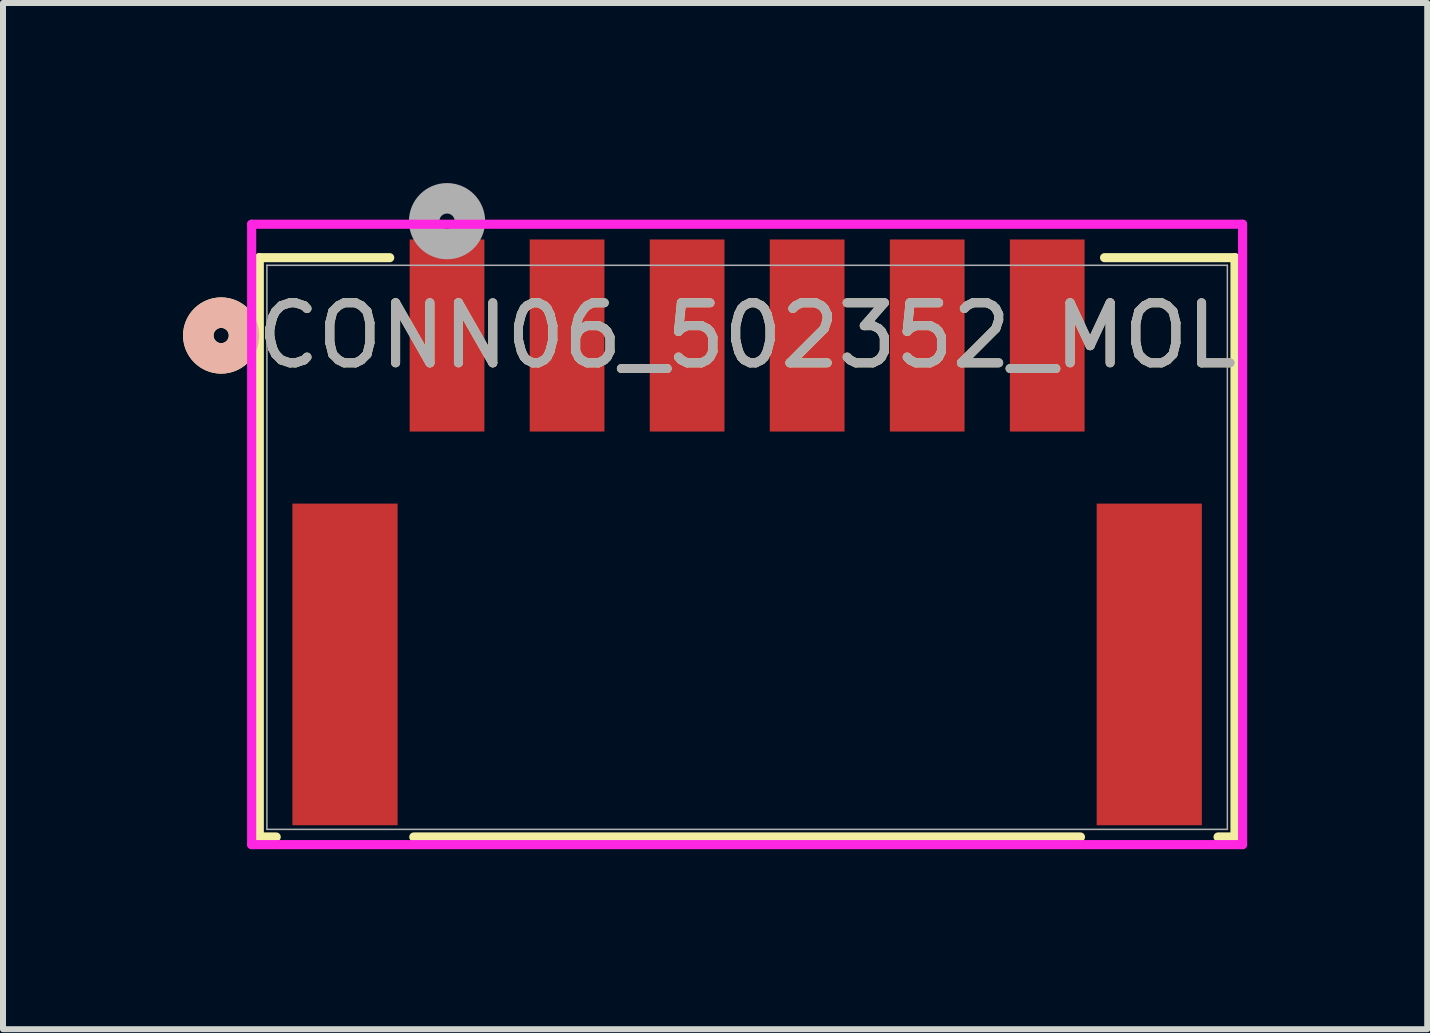
<source format=kicad_pcb>
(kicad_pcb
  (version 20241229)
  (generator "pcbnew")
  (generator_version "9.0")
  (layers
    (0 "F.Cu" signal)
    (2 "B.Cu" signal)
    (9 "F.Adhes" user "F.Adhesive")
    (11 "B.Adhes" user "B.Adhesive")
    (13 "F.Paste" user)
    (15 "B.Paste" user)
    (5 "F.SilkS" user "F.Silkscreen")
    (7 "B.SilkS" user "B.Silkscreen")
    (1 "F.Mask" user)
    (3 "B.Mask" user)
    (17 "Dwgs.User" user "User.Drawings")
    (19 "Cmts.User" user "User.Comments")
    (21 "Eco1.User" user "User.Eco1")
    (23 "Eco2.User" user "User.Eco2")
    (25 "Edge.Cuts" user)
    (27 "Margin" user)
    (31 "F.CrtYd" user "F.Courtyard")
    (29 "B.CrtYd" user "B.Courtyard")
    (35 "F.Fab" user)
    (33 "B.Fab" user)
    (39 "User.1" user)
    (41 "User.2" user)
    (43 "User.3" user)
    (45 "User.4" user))
  (footprint "CONN06_502352_MOL"
    (layer "F.Cu")
    (at 9.398 6.069)
    (property "Reference" "CONN06_502352_MOL" (at 0 -3.529 0) (unlocked yes) (layer "F.SilkS") (effects (font (size 1 1) (thickness 0.15))))
    (attr smd)
    (fp_line (start -8.128 -4.826) (end -8.128 4.826) (stroke (width 0.152) (type solid)) (layer "F.SilkS"))
    (fp_line (start -8.128 4.826) (end -7.846 4.826) (stroke (width 0.152) (type solid)) (layer "F.SilkS"))
    (fp_line (start -5.955 -4.826) (end -8.128 -4.826) (stroke (width 0.152) (type solid)) (layer "F.SilkS"))
    (fp_line (start -5.554 4.826) (end 5.554 4.826) (stroke (width 0.152) (type solid)) (layer "F.SilkS"))
    (fp_line (start 7.846 4.826) (end 8.128 4.826) (stroke (width 0.152) (type solid)) (layer "F.SilkS"))
    (fp_line (start 8.128 -4.826) (end 5.955 -4.826) (stroke (width 0.152) (type solid)) (layer "F.SilkS"))
    (fp_line (start 8.128 4.826) (end 8.128 -4.826) (stroke (width 0.152) (type solid)) (layer "F.SilkS"))
    (fp_circle (center -8.763 -3.529) (end -8.382 -3.529) (stroke (width 0.508) (type solid)) (fill no) (layer "F.SilkS"))
    (fp_circle (center -8.763 -3.529) (end -8.382 -3.529) (stroke (width 0.508) (type solid)) (fill no) (layer "B.SilkS"))
    (fp_line (start -8.255 -5.383) (end -8.255 4.953) (stroke (width 0.152) (type solid)) (layer "F.CrtYd"))
    (fp_line (start -8.255 4.953) (end 8.255 4.953) (stroke (width 0.152) (type solid)) (layer "F.CrtYd"))
    (fp_line (start 8.255 -5.383) (end -8.255 -5.383) (stroke (width 0.152) (type solid)) (layer "F.CrtYd"))
    (fp_line (start 8.255 4.953) (end 8.255 -5.383) (stroke (width 0.152) (type solid)) (layer "F.CrtYd"))
    (fp_line (start -8.001 -4.699) (end -8.001 4.699) (stroke (width 0.025) (type solid)) (layer "F.Fab"))
    (fp_line (start -8.001 4.699) (end 8.001 4.699) (stroke (width 0.025) (type solid)) (layer "F.Fab"))
    (fp_line (start 8.001 -4.699) (end -8.001 -4.699) (stroke (width 0.025) (type solid)) (layer "F.Fab"))
    (fp_line (start 8.001 4.699) (end 8.001 -4.699) (stroke (width 0.025) (type solid)) (layer "F.Fab"))
    (fp_circle (center -5 -5.434) (end -4.619 -5.434) (stroke (width 0.508) (type solid)) (fill no) (layer "F.Fab"))
    (fp_text user "${REFERENCE}" (at 0 -3.529 0) (unlocked yes) (layer "F.Fab") (effects (font (size 1 1) (thickness 0.15))))
    (pad "1" smd rect (at -5 -3.529) (size 1.245 3.2) (layers "F.Cu" "F.Mask" "F.Paste"))
    (pad "2" smd rect (at -3 -3.529) (size 1.245 3.2) (layers "F.Cu" "F.Mask" "F.Paste"))
    (pad "3" smd rect (at -1 -3.529) (size 1.245 3.2) (layers "F.Cu" "F.Mask" "F.Paste"))
    (pad "4" smd rect (at 1 -3.529) (size 1.245 3.2) (layers "F.Cu" "F.Mask" "F.Paste"))
    (pad "5" smd rect (at 3 -3.529) (size 1.245 3.2) (layers "F.Cu" "F.Mask" "F.Paste"))
    (pad "6" smd rect (at 5 -3.529) (size 1.245 3.2) (layers "F.Cu" "F.Mask" "F.Paste"))
    (pad "7" smd rect (at -6.7 1.951) (size 1.753 5.359) (layers "F.Cu" "F.Mask" "F.Paste"))
    (pad "8" smd rect (at 6.7 1.951) (size 1.753 5.359) (layers "F.Cu" "F.Mask" "F.Paste")))
  (gr_rect
    (start -3 -3)
    (end 20.729 14.098)
    (stroke (width 0.1) (type default))
    (fill no)
    (layer "Edge.Cuts")))
</source>
